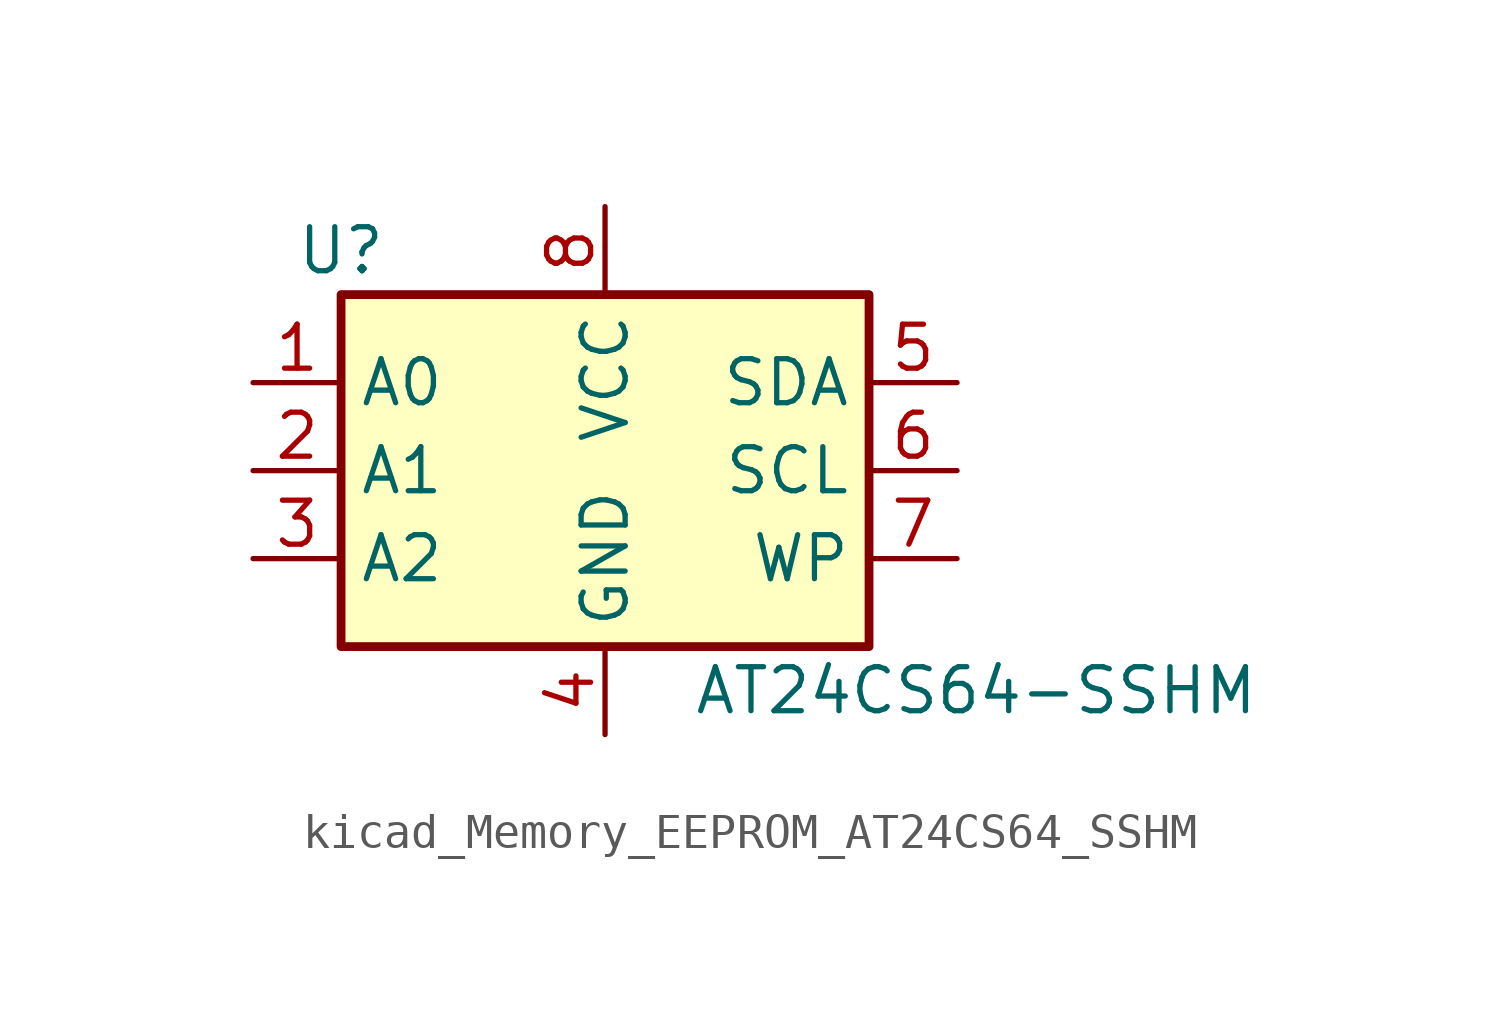
<source format=kicad_sym>
(kicad_symbol_lib
  (version 20220914)
  (generator kicad_symbol_editor)
  (symbol "kicad_Memory_EEPROM_AT24CS64_SSHM"
    (property "Reference" "U"
      (at -7.62 6.35 0)
      (effects (font (size 1.27 1.27))))
    (property "Value" "AT24CS64-SSHM"
      (at 2.54 -6.35 0)
      (effects (font (size 1.27 1.27)) (justify left)))
    (symbol "kicad_Memory_EEPROM_AT24CS64_SSHM_1_1"
      (rectangle (start -7.62 5.08) (end 7.62 -5.08) (stroke (width 0.254) (type default)) (fill (type background)))
      (pin input line (at -10.16 2.54 0) (length 2.54) (name "A0" (effects (font (size 1.27 1.27)))) (number "1" (effects (font (size 1.27 1.27)))))
      (pin input line (at -10.16 0 0) (length 2.54) (name "A1" (effects (font (size 1.27 1.27)))) (number "2" (effects (font (size 1.27 1.27)))))
      (pin input line (at -10.16 -2.54 0) (length 2.54) (name "A2" (effects (font (size 1.27 1.27)))) (number "3" (effects (font (size 1.27 1.27)))))
      (pin power_in line (at 0 -7.62 90) (length 2.54) (name "GND" (effects (font (size 1.27 1.27)))) (number "4" (effects (font (size 1.27 1.27)))))
      (pin bidirectional line (at 10.16 2.54 180) (length 2.54) (name "SDA" (effects (font (size 1.27 1.27)))) (number "5" (effects (font (size 1.27 1.27)))))
      (pin input line (at 10.16 0 180) (length 2.54) (name "SCL" (effects (font (size 1.27 1.27)))) (number "6" (effects (font (size 1.27 1.27)))))
      (pin input line (at 10.16 -2.54 180) (length 2.54) (name "WP" (effects (font (size 1.27 1.27)))) (number "7" (effects (font (size 1.27 1.27)))))
      (pin power_in line (at 0 7.62 270) (length 2.54) (name "VCC" (effects (font (size 1.27 1.27)))) (number "8" (effects (font (size 1.27 1.27))))))))
</source>
